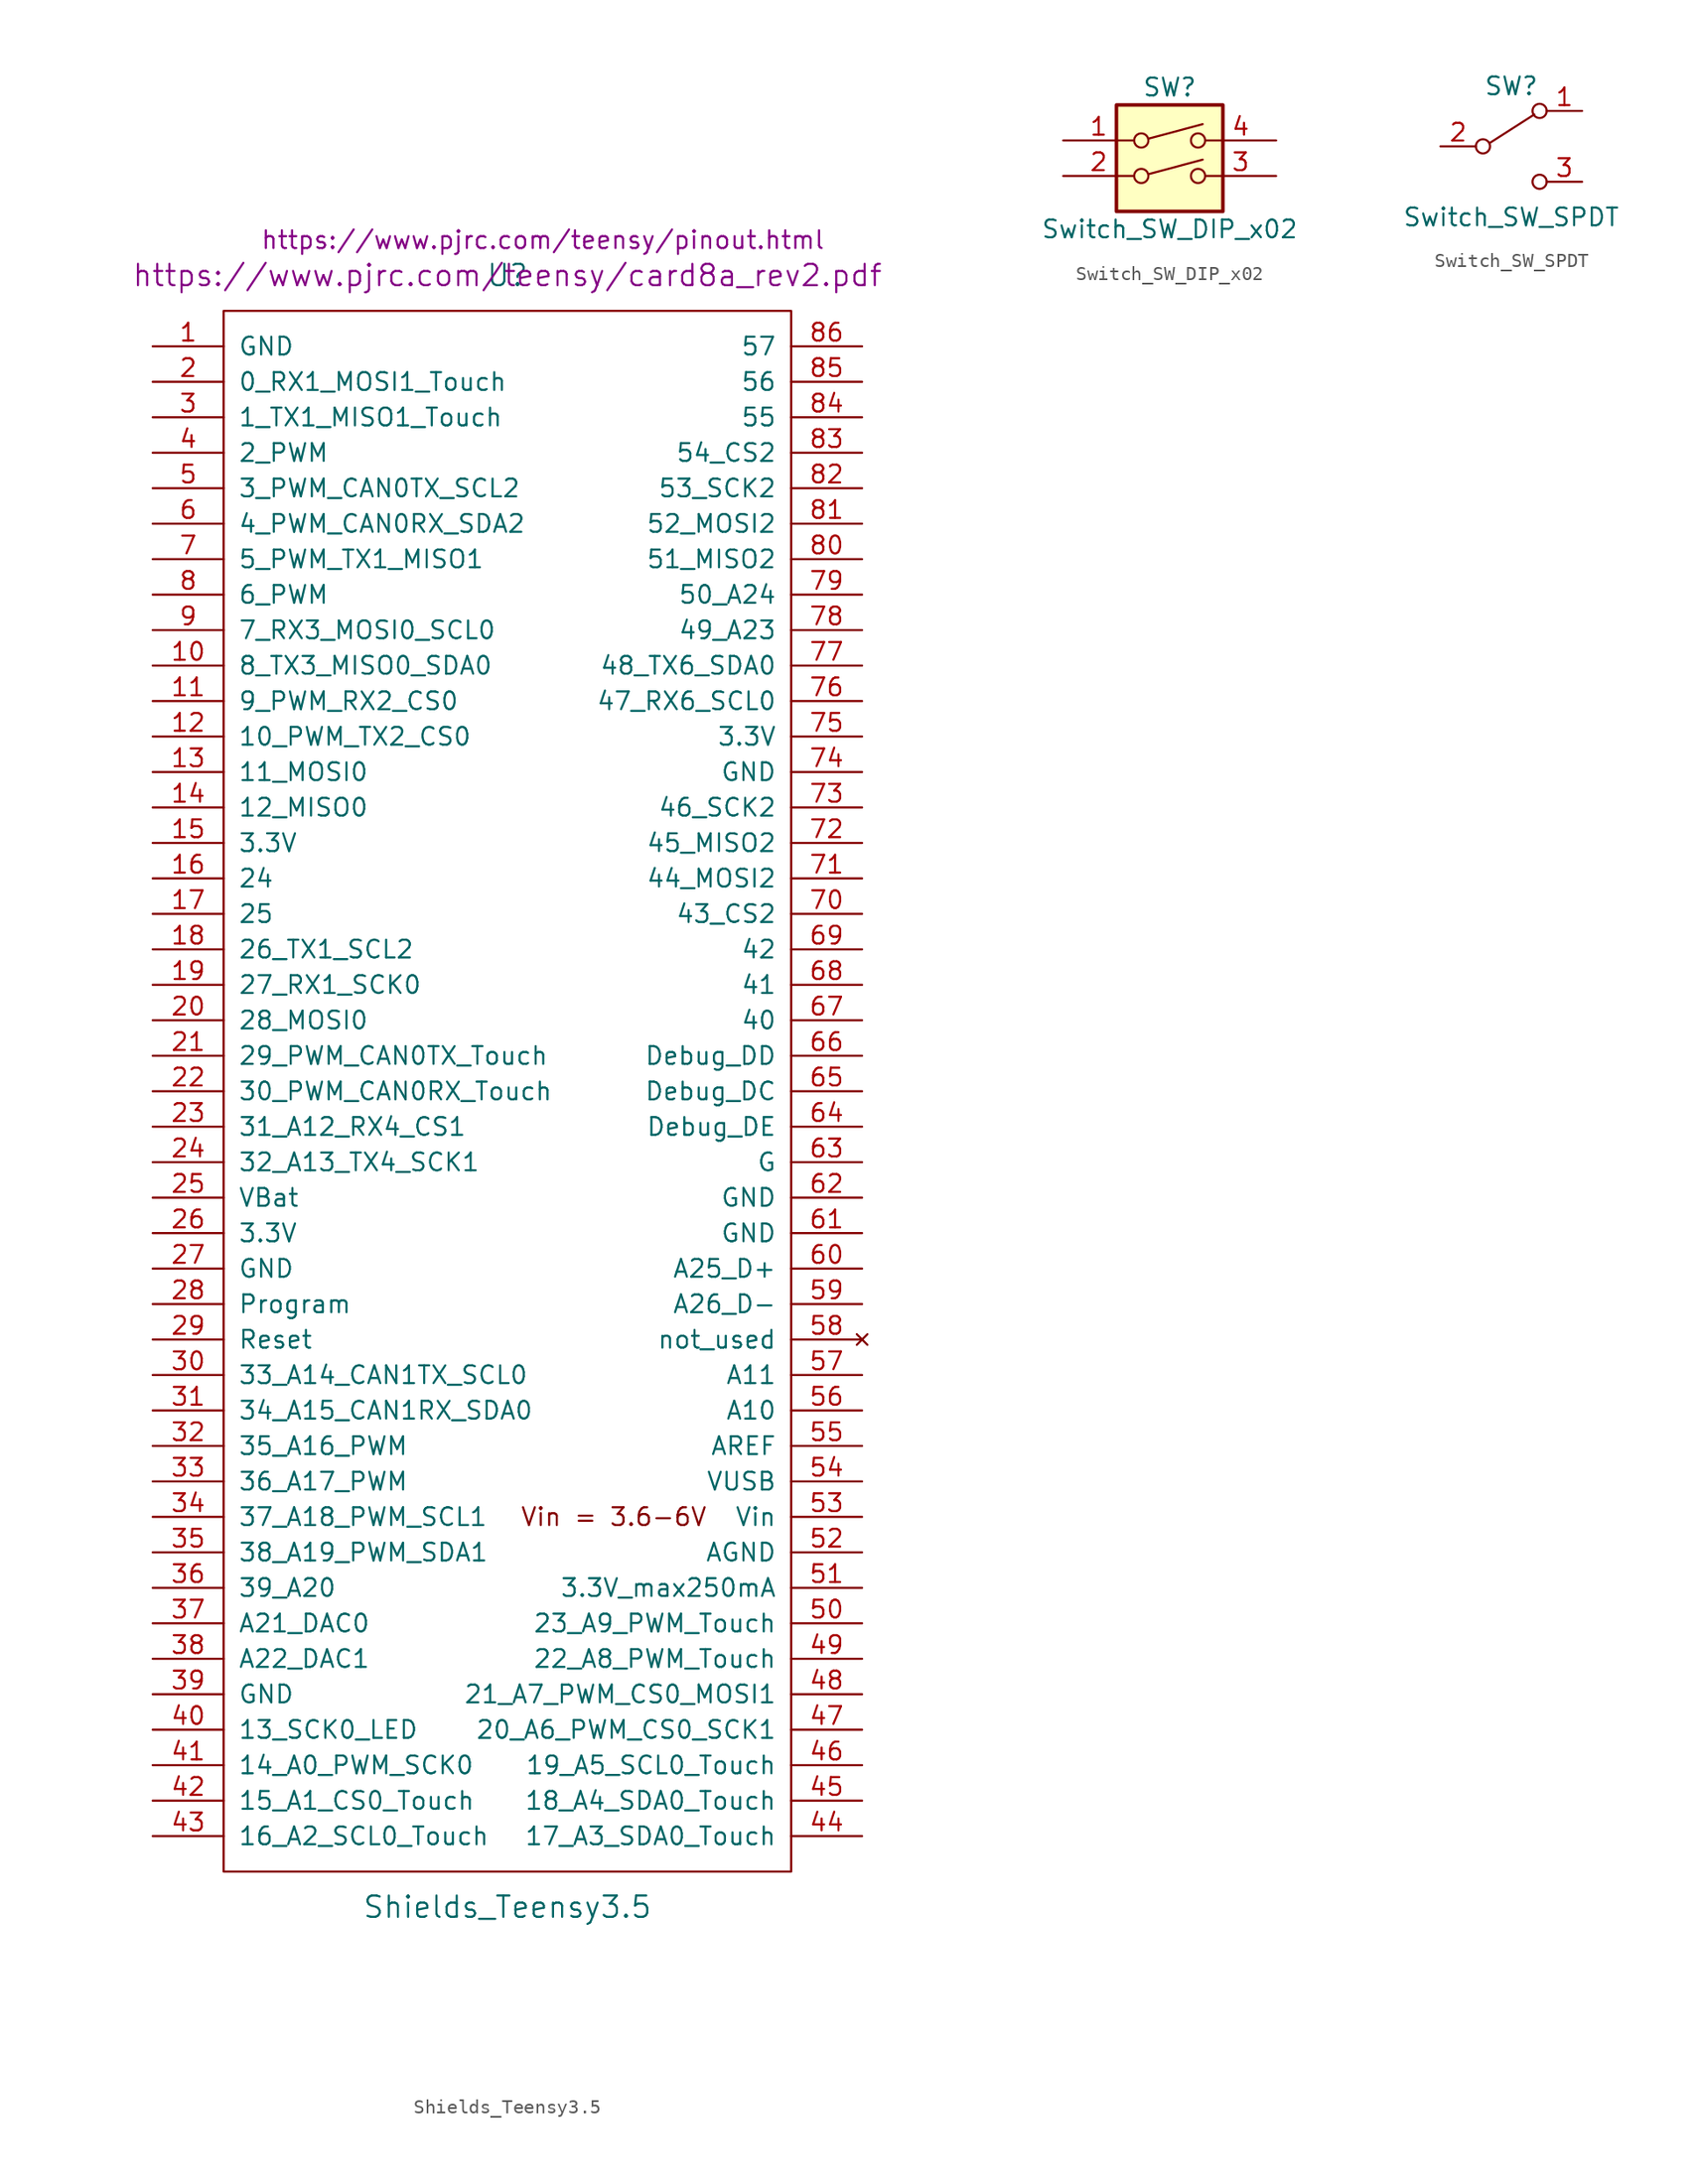
<source format=kicad_sym>
(kicad_symbol_lib
  (version 20241209)
  (generator "kicad_symbol_editor")
  (generator_version "9.0")
  (symbol "Shields_Teensy3.5"
    (pin_names
      (offset 1.016))
    (property "Reference" "U"
      (at 0 58.42 0)
      (effects (font (size 1.524 1.524))))
    (property "Value" "Shields_Teensy3.5"
      (at 0 -58.42 0)
      (effects (font (size 1.524 1.524))))
    (property "Footprint" ""
      (at -2.54 55.88 0)
      (effects (font (size 1.524 1.524))))
    (property "Datasheet" "https://www.pjrc.com/teensy/card8a_rev2.pdf"
      (at 0 58.42 0)
      (effects (font (size 1.524 1.524))))
    (property "Pinouts" "https://www.pjrc.com/teensy/pinout.html"
      (at 2.54 60.96 0)
      (effects (font (size 1.27 1.27))))
    (symbol "Shields_Teensy3.5_0_0"
      (text "Vin = 3.6-6V" (at 7.62 -30.48 0) (effects (font (size 1.27 1.27)))))
    (symbol "Shields_Teensy3.5_0_1"
      (rectangle (start -20.32 55.88) (end 20.32 -55.88) (stroke (width 0) (type solid)) (fill (type none))))
    (symbol "Shields_Teensy3.5_1_1"
      (pin power_in line (at -25.4 53.34 0) (length 5.08) (name "GND" (effects (font (size 1.27 1.27)))) (number "1" (effects (font (size 1.27 1.27)))))
      (pin bidirectional line (at -25.4 50.8 0) (length 5.08) (name "0_RX1_MOSI1_Touch" (effects (font (size 1.27 1.27)))) (number "2" (effects (font (size 1.27 1.27)))))
      (pin bidirectional line (at -25.4 48.26 0) (length 5.08) (name "1_TX1_MISO1_Touch" (effects (font (size 1.27 1.27)))) (number "3" (effects (font (size 1.27 1.27)))))
      (pin bidirectional line (at -25.4 45.72 0) (length 5.08) (name "2_PWM" (effects (font (size 1.27 1.27)))) (number "4" (effects (font (size 1.27 1.27)))))
      (pin bidirectional line (at -25.4 43.18 0) (length 5.08) (name "3_PWM_CAN0TX_SCL2" (effects (font (size 1.27 1.27)))) (number "5" (effects (font (size 1.27 1.27)))))
      (pin bidirectional line (at -25.4 40.64 0) (length 5.08) (name "4_PWM_CAN0RX_SDA2" (effects (font (size 1.27 1.27)))) (number "6" (effects (font (size 1.27 1.27)))))
      (pin bidirectional line (at -25.4 38.1 0) (length 5.08) (name "5_PWM_TX1_MISO1" (effects (font (size 1.27 1.27)))) (number "7" (effects (font (size 1.27 1.27)))))
      (pin bidirectional line (at -25.4 35.56 0) (length 5.08) (name "6_PWM" (effects (font (size 1.27 1.27)))) (number "8" (effects (font (size 1.27 1.27)))))
      (pin bidirectional line (at -25.4 33.02 0) (length 5.08) (name "7_RX3_MOSI0_SCL0" (effects (font (size 1.27 1.27)))) (number "9" (effects (font (size 1.27 1.27)))))
      (pin bidirectional line (at -25.4 30.48 0) (length 5.08) (name "8_TX3_MISO0_SDA0" (effects (font (size 1.27 1.27)))) (number "10" (effects (font (size 1.27 1.27)))))
      (pin bidirectional line (at -25.4 27.94 0) (length 5.08) (name "9_PWM_RX2_CS0" (effects (font (size 1.27 1.27)))) (number "11" (effects (font (size 1.27 1.27)))))
      (pin bidirectional line (at -25.4 25.4 0) (length 5.08) (name "10_PWM_TX2_CS0" (effects (font (size 1.27 1.27)))) (number "12" (effects (font (size 1.27 1.27)))))
      (pin bidirectional line (at -25.4 22.86 0) (length 5.08) (name "11_MOSI0" (effects (font (size 1.27 1.27)))) (number "13" (effects (font (size 1.27 1.27)))))
      (pin bidirectional line (at -25.4 20.32 0) (length 5.08) (name "12_MISO0" (effects (font (size 1.27 1.27)))) (number "14" (effects (font (size 1.27 1.27)))))
      (pin power_out line (at -25.4 17.78 0) (length 5.08) (name "3.3V" (effects (font (size 1.27 1.27)))) (number "15" (effects (font (size 1.27 1.27)))))
      (pin bidirectional line (at -25.4 15.24 0) (length 5.08) (name "24" (effects (font (size 1.27 1.27)))) (number "16" (effects (font (size 1.27 1.27)))))
      (pin bidirectional line (at -25.4 12.7 0) (length 5.08) (name "25" (effects (font (size 1.27 1.27)))) (number "17" (effects (font (size 1.27 1.27)))))
      (pin bidirectional line (at -25.4 10.16 0) (length 5.08) (name "26_TX1_SCL2" (effects (font (size 1.27 1.27)))) (number "18" (effects (font (size 1.27 1.27)))))
      (pin bidirectional line (at -25.4 7.62 0) (length 5.08) (name "27_RX1_SCK0" (effects (font (size 1.27 1.27)))) (number "19" (effects (font (size 1.27 1.27)))))
      (pin bidirectional line (at -25.4 5.08 0) (length 5.08) (name "28_MOSI0" (effects (font (size 1.27 1.27)))) (number "20" (effects (font (size 1.27 1.27)))))
      (pin bidirectional line (at -25.4 2.54 0) (length 5.08) (name "29_PWM_CAN0TX_Touch" (effects (font (size 1.27 1.27)))) (number "21" (effects (font (size 1.27 1.27)))))
      (pin bidirectional line (at -25.4 0 0) (length 5.08) (name "30_PWM_CAN0RX_Touch" (effects (font (size 1.27 1.27)))) (number "22" (effects (font (size 1.27 1.27)))))
      (pin bidirectional line (at -25.4 -2.54 0) (length 5.08) (name "31_A12_RX4_CS1" (effects (font (size 1.27 1.27)))) (number "23" (effects (font (size 1.27 1.27)))))
      (pin bidirectional line (at -25.4 -5.08 0) (length 5.08) (name "32_A13_TX4_SCK1" (effects (font (size 1.27 1.27)))) (number "24" (effects (font (size 1.27 1.27)))))
      (pin power_in line (at -25.4 -7.62 0) (length 5.08) (name "VBat" (effects (font (size 1.27 1.27)))) (number "25" (effects (font (size 1.27 1.27)))))
      (pin power_in line (at -25.4 -10.16 0) (length 5.08) (name "3.3V" (effects (font (size 1.27 1.27)))) (number "26" (effects (font (size 1.27 1.27)))))
      (pin power_in line (at -25.4 -12.7 0) (length 5.08) (name "GND" (effects (font (size 1.27 1.27)))) (number "27" (effects (font (size 1.27 1.27)))))
      (pin input line (at -25.4 -15.24 0) (length 5.08) (name "Program" (effects (font (size 1.27 1.27)))) (number "28" (effects (font (size 1.27 1.27)))))
      (pin input line (at -25.4 -17.78 0) (length 5.08) (name "Reset" (effects (font (size 1.27 1.27)))) (number "29" (effects (font (size 1.27 1.27)))))
      (pin bidirectional line (at -25.4 -20.32 0) (length 5.08) (name "33_A14_CAN1TX_SCL0" (effects (font (size 1.27 1.27)))) (number "30" (effects (font (size 1.27 1.27)))))
      (pin bidirectional line (at -25.4 -22.86 0) (length 5.08) (name "34_A15_CAN1RX_SDA0" (effects (font (size 1.27 1.27)))) (number "31" (effects (font (size 1.27 1.27)))))
      (pin bidirectional line (at -25.4 -25.4 0) (length 5.08) (name "35_A16_PWM" (effects (font (size 1.27 1.27)))) (number "32" (effects (font (size 1.27 1.27)))))
      (pin bidirectional line (at -25.4 -27.94 0) (length 5.08) (name "36_A17_PWM" (effects (font (size 1.27 1.27)))) (number "33" (effects (font (size 1.27 1.27)))))
      (pin bidirectional line (at -25.4 -30.48 0) (length 5.08) (name "37_A18_PWM_SCL1" (effects (font (size 1.27 1.27)))) (number "34" (effects (font (size 1.27 1.27)))))
      (pin bidirectional line (at -25.4 -33.02 0) (length 5.08) (name "38_A19_PWM_SDA1" (effects (font (size 1.27 1.27)))) (number "35" (effects (font (size 1.27 1.27)))))
      (pin bidirectional line (at -25.4 -35.56 0) (length 5.08) (name "39_A20" (effects (font (size 1.27 1.27)))) (number "36" (effects (font (size 1.27 1.27)))))
      (pin bidirectional line (at -25.4 -38.1 0) (length 5.08) (name "A21_DAC0" (effects (font (size 1.27 1.27)))) (number "37" (effects (font (size 1.27 1.27)))))
      (pin bidirectional line (at -25.4 -40.64 0) (length 5.08) (name "A22_DAC1" (effects (font (size 1.27 1.27)))) (number "38" (effects (font (size 1.27 1.27)))))
      (pin power_in line (at -25.4 -43.18 0) (length 5.08) (name "GND" (effects (font (size 1.27 1.27)))) (number "39" (effects (font (size 1.27 1.27)))))
      (pin bidirectional line (at -25.4 -45.72 0) (length 5.08) (name "13_SCK0_LED" (effects (font (size 1.27 1.27)))) (number "40" (effects (font (size 1.27 1.27)))))
      (pin bidirectional line (at -25.4 -48.26 0) (length 5.08) (name "14_A0_PWM_SCK0" (effects (font (size 1.27 1.27)))) (number "41" (effects (font (size 1.27 1.27)))))
      (pin bidirectional line (at -25.4 -50.8 0) (length 5.08) (name "15_A1_CS0_Touch" (effects (font (size 1.27 1.27)))) (number "42" (effects (font (size 1.27 1.27)))))
      (pin bidirectional line (at -25.4 -53.34 0) (length 5.08) (name "16_A2_SCL0_Touch" (effects (font (size 1.27 1.27)))) (number "43" (effects (font (size 1.27 1.27)))))
      (pin bidirectional line (at 25.4 53.34 180) (length 5.08) (name "57" (effects (font (size 1.27 1.27)))) (number "86" (effects (font (size 1.27 1.27)))))
      (pin bidirectional line (at 25.4 50.8 180) (length 5.08) (name "56" (effects (font (size 1.27 1.27)))) (number "85" (effects (font (size 1.27 1.27)))))
      (pin bidirectional line (at 25.4 48.26 180) (length 5.08) (name "55" (effects (font (size 1.27 1.27)))) (number "84" (effects (font (size 1.27 1.27)))))
      (pin bidirectional line (at 25.4 45.72 180) (length 5.08) (name "54_CS2" (effects (font (size 1.27 1.27)))) (number "83" (effects (font (size 1.27 1.27)))))
      (pin bidirectional line (at 25.4 43.18 180) (length 5.08) (name "53_SCK2" (effects (font (size 1.27 1.27)))) (number "82" (effects (font (size 1.27 1.27)))))
      (pin bidirectional line (at 25.4 40.64 180) (length 5.08) (name "52_MOSI2" (effects (font (size 1.27 1.27)))) (number "81" (effects (font (size 1.27 1.27)))))
      (pin bidirectional line (at 25.4 38.1 180) (length 5.08) (name "51_MISO2" (effects (font (size 1.27 1.27)))) (number "80" (effects (font (size 1.27 1.27)))))
      (pin bidirectional line (at 25.4 35.56 180) (length 5.08) (name "50_A24" (effects (font (size 1.27 1.27)))) (number "79" (effects (font (size 1.27 1.27)))))
      (pin bidirectional line (at 25.4 33.02 180) (length 5.08) (name "49_A23" (effects (font (size 1.27 1.27)))) (number "78" (effects (font (size 1.27 1.27)))))
      (pin bidirectional line (at 25.4 30.48 180) (length 5.08) (name "48_TX6_SDA0" (effects (font (size 1.27 1.27)))) (number "77" (effects (font (size 1.27 1.27)))))
      (pin bidirectional line (at 25.4 27.94 180) (length 5.08) (name "47_RX6_SCL0" (effects (font (size 1.27 1.27)))) (number "76" (effects (font (size 1.27 1.27)))))
      (pin power_in line (at 25.4 25.4 180) (length 5.08) (name "3.3V" (effects (font (size 1.27 1.27)))) (number "75" (effects (font (size 1.27 1.27)))))
      (pin power_in line (at 25.4 22.86 180) (length 5.08) (name "GND" (effects (font (size 1.27 1.27)))) (number "74" (effects (font (size 1.27 1.27)))))
      (pin bidirectional line (at 25.4 20.32 180) (length 5.08) (name "46_SCK2" (effects (font (size 1.27 1.27)))) (number "73" (effects (font (size 1.27 1.27)))))
      (pin bidirectional line (at 25.4 17.78 180) (length 5.08) (name "45_MISO2" (effects (font (size 1.27 1.27)))) (number "72" (effects (font (size 1.27 1.27)))))
      (pin bidirectional line (at 25.4 15.24 180) (length 5.08) (name "44_MOSI2" (effects (font (size 1.27 1.27)))) (number "71" (effects (font (size 1.27 1.27)))))
      (pin bidirectional line (at 25.4 12.7 180) (length 5.08) (name "43_CS2" (effects (font (size 1.27 1.27)))) (number "70" (effects (font (size 1.27 1.27)))))
      (pin bidirectional line (at 25.4 10.16 180) (length 5.08) (name "42" (effects (font (size 1.27 1.27)))) (number "69" (effects (font (size 1.27 1.27)))))
      (pin bidirectional line (at 25.4 7.62 180) (length 5.08) (name "41" (effects (font (size 1.27 1.27)))) (number "68" (effects (font (size 1.27 1.27)))))
      (pin bidirectional line (at 25.4 5.08 180) (length 5.08) (name "40" (effects (font (size 1.27 1.27)))) (number "67" (effects (font (size 1.27 1.27)))))
      (pin input line (at 25.4 2.54 180) (length 5.08) (name "Debug_DD" (effects (font (size 1.27 1.27)))) (number "66" (effects (font (size 1.27 1.27)))))
      (pin input line (at 25.4 0 180) (length 5.08) (name "Debug_DC" (effects (font (size 1.27 1.27)))) (number "65" (effects (font (size 1.27 1.27)))))
      (pin input line (at 25.4 -2.54 180) (length 5.08) (name "Debug_DE" (effects (font (size 1.27 1.27)))) (number "64" (effects (font (size 1.27 1.27)))))
      (pin power_in line (at 25.4 -5.08 180) (length 5.08) (name "G" (effects (font (size 1.27 1.27)))) (number "63" (effects (font (size 1.27 1.27)))))
      (pin power_in line (at 25.4 -7.62 180) (length 5.08) (name "GND" (effects (font (size 1.27 1.27)))) (number "62" (effects (font (size 1.27 1.27)))))
      (pin power_in line (at 25.4 -10.16 180) (length 5.08) (name "GND" (effects (font (size 1.27 1.27)))) (number "61" (effects (font (size 1.27 1.27)))))
      (pin bidirectional line (at 25.4 -12.7 180) (length 5.08) (name "A25_D+" (effects (font (size 1.27 1.27)))) (number "60" (effects (font (size 1.27 1.27)))))
      (pin bidirectional line (at 25.4 -15.24 180) (length 5.08) (name "A26_D-" (effects (font (size 1.27 1.27)))) (number "59" (effects (font (size 1.27 1.27)))))
      (pin no_connect line (at 25.4 -17.78 180) (length 5.08) (name "not_used" (effects (font (size 1.27 1.27)))) (number "58" (effects (font (size 1.27 1.27)))))
      (pin bidirectional line (at 25.4 -20.32 180) (length 5.08) (name "A11" (effects (font (size 1.27 1.27)))) (number "57" (effects (font (size 1.27 1.27)))))
      (pin bidirectional line (at 25.4 -22.86 180) (length 5.08) (name "A10" (effects (font (size 1.27 1.27)))) (number "56" (effects (font (size 1.27 1.27)))))
      (pin input line (at 25.4 -25.4 180) (length 5.08) (name "AREF" (effects (font (size 1.27 1.27)))) (number "55" (effects (font (size 1.27 1.27)))))
      (pin power_in line (at 25.4 -27.94 180) (length 5.08) (name "VUSB" (effects (font (size 1.27 1.27)))) (number "54" (effects (font (size 1.27 1.27)))))
      (pin power_in line (at 25.4 -30.48 180) (length 5.08) (name "Vin" (effects (font (size 1.27 1.27)))) (number "53" (effects (font (size 1.27 1.27)))))
      (pin power_out line (at 25.4 -33.02 180) (length 5.08) (name "AGND" (effects (font (size 1.27 1.27)))) (number "52" (effects (font (size 1.27 1.27)))))
      (pin power_out line (at 25.4 -35.56 180) (length 5.08) (name "3.3V_max250mA" (effects (font (size 1.27 1.27)))) (number "51" (effects (font (size 1.27 1.27)))))
      (pin bidirectional line (at 25.4 -38.1 180) (length 5.08) (name "23_A9_PWM_Touch" (effects (font (size 1.27 1.27)))) (number "50" (effects (font (size 1.27 1.27)))))
      (pin bidirectional line (at 25.4 -40.64 180) (length 5.08) (name "22_A8_PWM_Touch" (effects (font (size 1.27 1.27)))) (number "49" (effects (font (size 1.27 1.27)))))
      (pin bidirectional line (at 25.4 -43.18 180) (length 5.08) (name "21_A7_PWM_CS0_MOSI1" (effects (font (size 1.27 1.27)))) (number "48" (effects (font (size 1.27 1.27)))))
      (pin bidirectional line (at 25.4 -45.72 180) (length 5.08) (name "20_A6_PWM_CS0_SCK1" (effects (font (size 1.27 1.27)))) (number "47" (effects (font (size 1.27 1.27)))))
      (pin bidirectional line (at 25.4 -48.26 180) (length 5.08) (name "19_A5_SCL0_Touch" (effects (font (size 1.27 1.27)))) (number "46" (effects (font (size 1.27 1.27)))))
      (pin bidirectional line (at 25.4 -50.8 180) (length 5.08) (name "18_A4_SDA0_Touch" (effects (font (size 1.27 1.27)))) (number "45" (effects (font (size 1.27 1.27)))))
      (pin bidirectional line (at 25.4 -53.34 180) (length 5.08) (name "17_A3_SDA0_Touch" (effects (font (size 1.27 1.27)))) (number "44" (effects (font (size 1.27 1.27)))))))
  (symbol "Switch_SW_DIP_x02"
    (pin_names
      (offset 0)
      (hide yes))
    (property "Reference" "SW"
      (at 0 6.35 0)
      (effects (font (size 1.27 1.27))))
    (property "Value" "Switch_SW_DIP_x02"
      (at 0 -3.81 0)
      (effects (font (size 1.27 1.27))))
    (symbol "Switch_SW_DIP_x02_0_0"
      (circle (center -2.032 2.54) (radius 0.508) (stroke (width 0) (type solid)) (fill (type none)))
      (circle (center -2.032 0) (radius 0.508) (stroke (width 0) (type solid)) (fill (type none)))
      (polyline (pts (xy -1.524 2.667) (xy 2.362 3.708)) (stroke (width 0) (type solid)) (fill (type none)))
      (polyline (pts (xy -1.524 0.127) (xy 2.362 1.168)) (stroke (width 0) (type solid)) (fill (type none)))
      (circle (center 2.032 2.54) (radius 0.508) (stroke (width 0) (type solid)) (fill (type none)))
      (circle (center 2.032 0) (radius 0.508) (stroke (width 0) (type solid)) (fill (type none))))
    (symbol "Switch_SW_DIP_x02_0_1"
      (rectangle (start -3.81 5.08) (end 3.81 -2.54) (stroke (width 0.254) (type solid)) (fill (type background))))
    (symbol "Switch_SW_DIP_x02_1_1"
      (pin passive line (at -7.62 2.54 0) (length 5.08) (name "~" (effects (font (size 1.27 1.27)))) (number "1" (effects (font (size 1.27 1.27)))))
      (pin passive line (at -7.62 0 0) (length 5.08) (name "~" (effects (font (size 1.27 1.27)))) (number "2" (effects (font (size 1.27 1.27)))))
      (pin passive line (at 7.62 2.54 180) (length 5.08) (name "~" (effects (font (size 1.27 1.27)))) (number "4" (effects (font (size 1.27 1.27)))))
      (pin passive line (at 7.62 0 180) (length 5.08) (name "~" (effects (font (size 1.27 1.27)))) (number "3" (effects (font (size 1.27 1.27)))))))
  (symbol "Switch_SW_SPDT"
    (pin_names
      (offset 0)
      (hide yes))
    (property "Reference" "SW"
      (at 0 4.318 0)
      (effects (font (size 1.27 1.27))))
    (property "Value" "Switch_SW_SPDT"
      (at 0 -5.08 0)
      (effects (font (size 1.27 1.27))))
    (symbol "Switch_SW_SPDT_0_0"
      (circle (center -2.032 0) (radius 0.508) (stroke (width 0) (type solid)) (fill (type none)))
      (circle (center 2.032 -2.54) (radius 0.508) (stroke (width 0) (type solid)) (fill (type none))))
    (symbol "Switch_SW_SPDT_0_1"
      (polyline (pts (xy -1.524 0.254) (xy 1.651 2.286)) (stroke (width 0) (type solid)) (fill (type none)))
      (circle (center 2.032 2.54) (radius 0.508) (stroke (width 0) (type solid)) (fill (type none))))
    (symbol "Switch_SW_SPDT_1_1"
      (pin passive line (at -5.08 0 0) (length 2.54) (name "B" (effects (font (size 1.27 1.27)))) (number "2" (effects (font (size 1.27 1.27)))))
      (pin passive line (at 5.08 2.54 180) (length 2.54) (name "A" (effects (font (size 1.27 1.27)))) (number "1" (effects (font (size 1.27 1.27)))))
      (pin passive line (at 5.08 -2.54 180) (length 2.54) (name "C" (effects (font (size 1.27 1.27)))) (number "3" (effects (font (size 1.27 1.27))))))))
</source>
